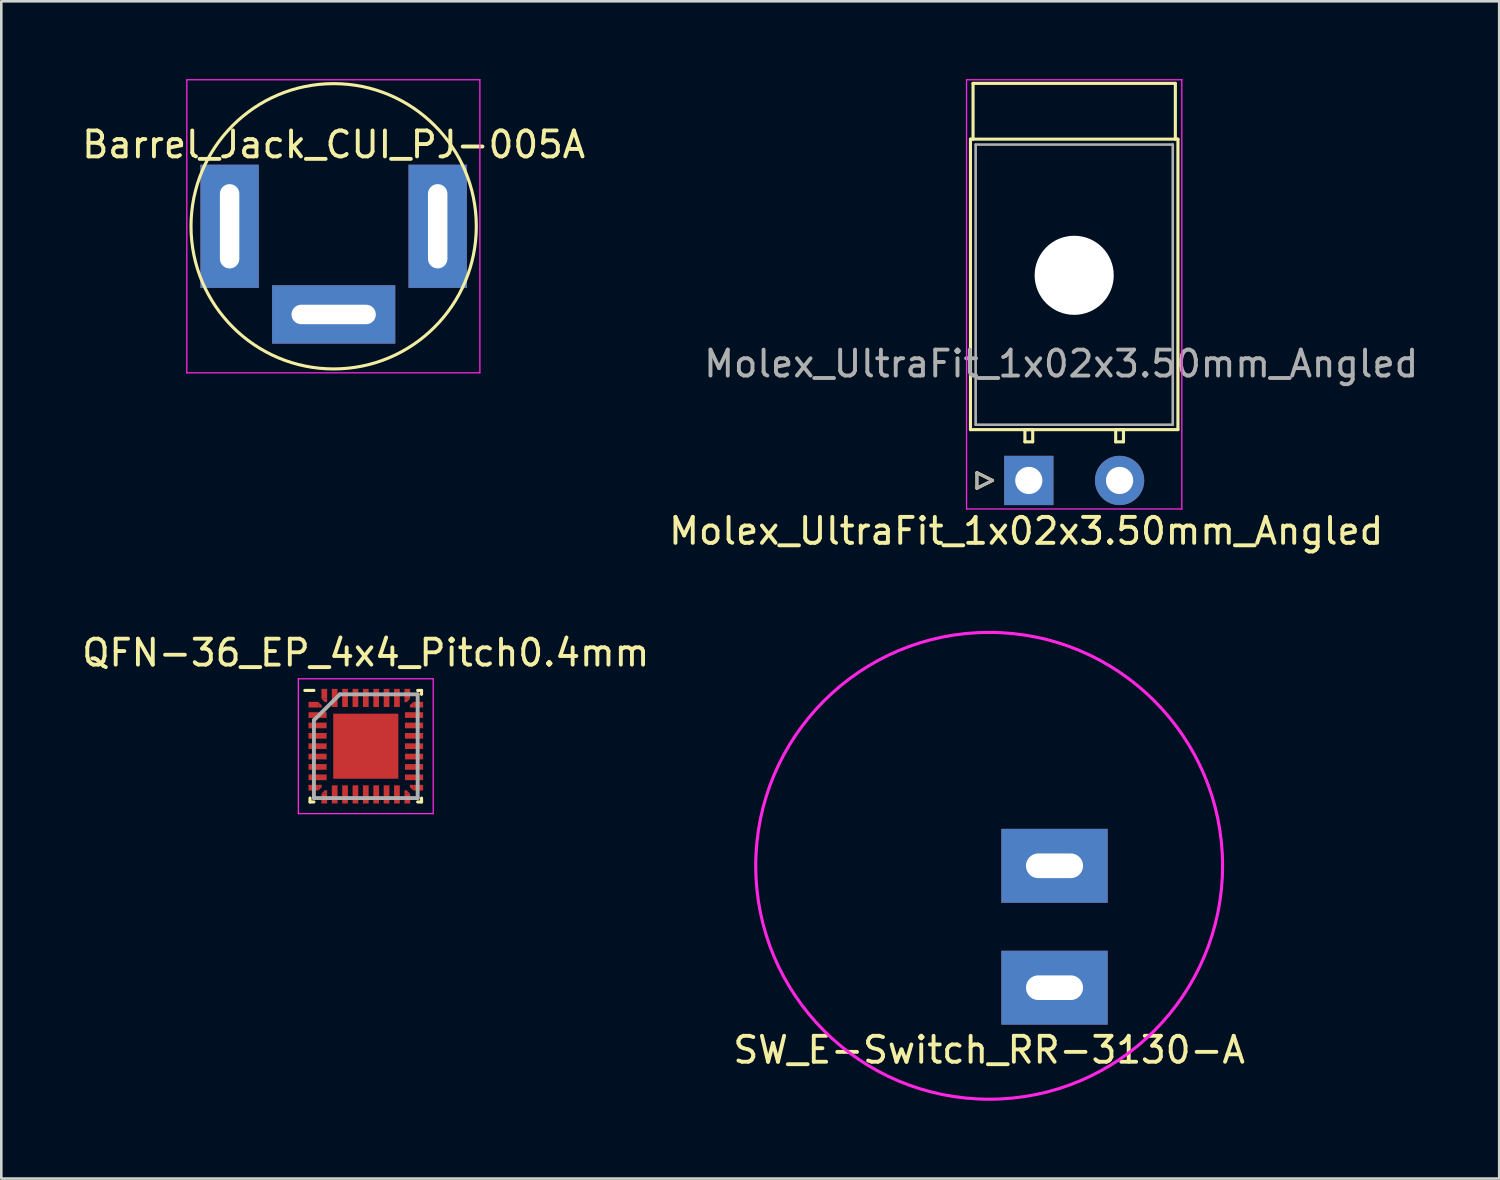
<source format=kicad_pcb>
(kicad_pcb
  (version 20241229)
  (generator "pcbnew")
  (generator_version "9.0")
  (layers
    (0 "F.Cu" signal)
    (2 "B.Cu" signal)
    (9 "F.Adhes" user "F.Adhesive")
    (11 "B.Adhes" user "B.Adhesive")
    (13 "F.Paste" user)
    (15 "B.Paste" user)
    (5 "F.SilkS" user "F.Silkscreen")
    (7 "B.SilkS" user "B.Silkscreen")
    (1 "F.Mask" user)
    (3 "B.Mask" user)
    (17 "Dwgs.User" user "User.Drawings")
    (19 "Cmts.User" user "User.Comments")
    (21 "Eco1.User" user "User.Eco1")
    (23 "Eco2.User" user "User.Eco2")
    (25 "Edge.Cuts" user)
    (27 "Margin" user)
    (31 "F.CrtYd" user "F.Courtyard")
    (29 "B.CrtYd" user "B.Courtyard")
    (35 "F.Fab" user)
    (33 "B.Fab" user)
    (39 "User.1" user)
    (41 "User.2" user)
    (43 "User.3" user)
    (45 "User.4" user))
  (footprint "QFN-36_EP_4x4_Pitch0.4mm"
    (layer "F.Cu")
    (at 11.054 25.721)
    (property "Reference" "QFN-36_EP_4x4_Pitch0.4mm" (at 0 -3.6 0) (layer "F.SilkS") (effects (font (size 1 1) (thickness 0.15))))
    (attr smd)
    (fp_poly (pts (xy -1.7 -1.58) (xy -1.7 -1.49) (xy -1.83 -1.49) (xy -1.83 -1.71)) (stroke (width 0) (type solid)) (fill yes) (layer "F.Cu"))
    (fp_poly (pts (xy -1.7 1.49) (xy -1.7 1.58) (xy -1.83 1.71) (xy -1.83 1.49)) (stroke (width 0) (type solid)) (fill yes) (layer "F.Cu"))
    (fp_poly (pts (xy -1.58 1.7) (xy -1.49 1.7) (xy -1.49 1.83) (xy -1.71 1.83)) (stroke (width 0) (type solid)) (fill yes) (layer "F.Cu"))
    (fp_poly (pts (xy -1.49 -1.7) (xy -1.58 -1.7) (xy -1.71 -1.83) (xy -1.49 -1.83)) (stroke (width 0) (type solid)) (fill yes) (layer "F.Cu"))
    (fp_poly (pts (xy 1.49 1.7) (xy 1.58 1.7) (xy 1.71 1.83) (xy 1.49 1.83)) (stroke (width 0) (type solid)) (fill yes) (layer "F.Cu"))
    (fp_poly (pts (xy 1.58 -1.7) (xy 1.49 -1.7) (xy 1.49 -1.83) (xy 1.71 -1.83)) (stroke (width 0) (type solid)) (fill yes) (layer "F.Cu"))
    (fp_poly (pts (xy 1.7 -1.49) (xy 1.7 -1.58) (xy 1.83 -1.71) (xy 1.83 -1.49)) (stroke (width 0) (type solid)) (fill yes) (layer "F.Cu"))
    (fp_poly (pts (xy 1.7 1.58) (xy 1.7 1.49) (xy 1.83 1.49) (xy 1.83 1.71)) (stroke (width 0) (type solid)) (fill yes) (layer "F.Cu"))
    (fp_poly (pts (xy -1.7 -1.58) (xy -1.7 -1.49) (xy -1.83 -1.49) (xy -1.83 -1.71)) (stroke (width 0) (type solid)) (fill yes) (layer "F.Mask"))
    (fp_poly (pts (xy -1.7 1.49) (xy -1.7 1.58) (xy -1.83 1.71) (xy -1.83 1.49)) (stroke (width 0) (type solid)) (fill yes) (layer "F.Mask"))
    (fp_poly (pts (xy -1.58 1.7) (xy -1.49 1.7) (xy -1.49 1.83) (xy -1.71 1.83)) (stroke (width 0) (type solid)) (fill yes) (layer "F.Mask"))
    (fp_poly (pts (xy -1.49 -1.7) (xy -1.58 -1.7) (xy -1.71 -1.83) (xy -1.49 -1.83)) (stroke (width 0) (type solid)) (fill yes) (layer "F.Mask"))
    (fp_poly (pts (xy 1.49 1.7) (xy 1.58 1.7) (xy 1.71 1.83) (xy 1.49 1.83)) (stroke (width 0) (type solid)) (fill yes) (layer "F.Mask"))
    (fp_poly (pts (xy 1.58 -1.7) (xy 1.49 -1.7) (xy 1.49 -1.83) (xy 1.71 -1.83)) (stroke (width 0) (type solid)) (fill yes) (layer "F.Mask"))
    (fp_poly (pts (xy 1.7 -1.49) (xy 1.7 -1.58) (xy 1.83 -1.71) (xy 1.83 -1.49)) (stroke (width 0) (type solid)) (fill yes) (layer "F.Mask"))
    (fp_poly (pts (xy 1.7 1.58) (xy 1.7 1.49) (xy 1.83 1.49) (xy 1.83 1.71)) (stroke (width 0) (type solid)) (fill yes) (layer "F.Mask"))
    (fp_line (start -2.15 2.15) (end -2.15 2) (stroke (width 0.12) (type solid)) (layer "F.SilkS"))
    (fp_line (start -2 -2.15) (end -2.35 -2.15) (stroke (width 0.12) (type solid)) (layer "F.SilkS"))
    (fp_line (start -2 2.15) (end -2.15 2.15) (stroke (width 0.12) (type solid)) (layer "F.SilkS"))
    (fp_line (start 2 -2.15) (end 2.15 -2.15) (stroke (width 0.12) (type solid)) (layer "F.SilkS"))
    (fp_line (start 2 2.15) (end 2.15 2.15) (stroke (width 0.12) (type solid)) (layer "F.SilkS"))
    (fp_line (start 2.15 -2.15) (end 2.15 -2) (stroke (width 0.12) (type solid)) (layer "F.SilkS"))
    (fp_line (start 2.15 2.15) (end 2.15 2) (stroke (width 0.12) (type solid)) (layer "F.SilkS"))
    (fp_line (start -2.6 -2.6) (end 2.6 -2.6) (stroke (width 0.05) (type solid)) (layer "F.CrtYd"))
    (fp_line (start -2.6 2.6) (end -2.6 -2.6) (stroke (width 0.05) (type solid)) (layer "F.CrtYd"))
    (fp_line (start 2.6 -2.6) (end 2.6 2.6) (stroke (width 0.05) (type solid)) (layer "F.CrtYd"))
    (fp_line (start 2.6 2.6) (end -2.6 2.6) (stroke (width 0.05) (type solid)) (layer "F.CrtYd"))
    (fp_line (start -2 -1) (end -2 2) (stroke (width 0.15) (type solid)) (layer "F.Fab"))
    (fp_line (start -2 2) (end 2 2) (stroke (width 0.15) (type solid)) (layer "F.Fab"))
    (fp_line (start -1 -2) (end -2 -1) (stroke (width 0.15) (type solid)) (layer "F.Fab"))
    (fp_line (start 2 -2) (end -1 -2) (stroke (width 0.15) (type solid)) (layer "F.Fab"))
    (fp_line (start 2 2) (end 2 -2) (stroke (width 0.15) (type solid)) (layer "F.Fab"))
    (pad "1" smd rect (at -2.02 -1.6 90) (size 0.22 0.38) (layers "F.Cu" "F.Mask" "F.Paste"))
    (pad "2" smd rect (at -1.86 -1.2 90) (size 0.22 0.7) (layers "F.Cu" "F.Mask" "F.Paste"))
    (pad "3" smd rect (at -1.86 -0.8 90) (size 0.22 0.7) (layers "F.Cu" "F.Mask" "F.Paste"))
    (pad "4" smd rect (at -1.86 -0.4 90) (size 0.22 0.7) (layers "F.Cu" "F.Mask" "F.Paste"))
    (pad "5" smd rect (at -1.86 0 90) (size 0.22 0.7) (layers "F.Cu" "F.Mask" "F.Paste"))
    (pad "6" smd rect (at -1.86 0.4 90) (size 0.22 0.7) (layers "F.Cu" "F.Mask" "F.Paste"))
    (pad "7" smd rect (at -1.86 0.8 90) (size 0.22 0.7) (layers "F.Cu" "F.Mask" "F.Paste"))
    (pad "8" smd rect (at -1.86 1.2 90) (size 0.22 0.7) (layers "F.Cu" "F.Mask" "F.Paste"))
    (pad "9" smd rect (at -2.02 1.6 90) (size 0.22 0.38) (layers "F.Cu" "F.Mask" "F.Paste"))
    (pad "10" smd rect (at -1.6 2.02) (size 0.22 0.38) (layers "F.Cu" "F.Mask" "F.Paste"))
    (pad "11" smd rect (at -1.2 1.86) (size 0.22 0.7) (layers "F.Cu" "F.Mask" "F.Paste"))
    (pad "12" smd rect (at -0.8 1.86) (size 0.22 0.7) (layers "F.Cu" "F.Mask" "F.Paste"))
    (pad "13" smd rect (at -0.4 1.86) (size 0.22 0.7) (layers "F.Cu" "F.Mask" "F.Paste"))
    (pad "14" smd rect (at 0 1.86) (size 0.22 0.7) (layers "F.Cu" "F.Mask" "F.Paste"))
    (pad "15" smd rect (at 0.4 1.86) (size 0.22 0.7) (layers "F.Cu" "F.Mask" "F.Paste"))
    (pad "16" smd rect (at 0.8 1.86) (size 0.22 0.7) (layers "F.Cu" "F.Mask" "F.Paste"))
    (pad "17" smd rect (at 1.2 1.86) (size 0.22 0.7) (layers "F.Cu" "F.Mask" "F.Paste"))
    (pad "18" smd rect (at 1.6 2.02) (size 0.22 0.38) (layers "F.Cu" "F.Mask" "F.Paste"))
    (pad "19" smd rect (at 2.02 1.6 90) (size 0.22 0.38) (layers "F.Cu" "F.Mask" "F.Paste"))
    (pad "20" smd rect (at 1.86 1.2 90) (size 0.22 0.7) (layers "F.Cu" "F.Mask" "F.Paste"))
    (pad "21" smd rect (at 1.86 0.8 90) (size 0.22 0.7) (layers "F.Cu" "F.Mask" "F.Paste"))
    (pad "22" smd rect (at 1.86 0.4 90) (size 0.22 0.7) (layers "F.Cu" "F.Mask" "F.Paste"))
    (pad "23" smd rect (at 1.86 0 90) (size 0.22 0.7) (layers "F.Cu" "F.Mask" "F.Paste"))
    (pad "24" smd rect (at 1.86 -0.4 90) (size 0.22 0.7) (layers "F.Cu" "F.Mask" "F.Paste"))
    (pad "25" smd rect (at 1.86 -0.8 90) (size 0.22 0.7) (layers "F.Cu" "F.Mask" "F.Paste"))
    (pad "26" smd rect (at 1.86 -1.2 90) (size 0.22 0.7) (layers "F.Cu" "F.Mask" "F.Paste"))
    (pad "27" smd rect (at 2.02 -1.6 90) (size 0.22 0.38) (layers "F.Cu" "F.Mask" "F.Paste"))
    (pad "28" smd rect (at 1.6 -2.02) (size 0.22 0.38) (layers "F.Cu" "F.Mask" "F.Paste"))
    (pad "29" smd rect (at 1.2 -1.86) (size 0.22 0.7) (layers "F.Cu" "F.Mask" "F.Paste"))
    (pad "30" smd rect (at 0.8 -1.86) (size 0.22 0.7) (layers "F.Cu" "F.Mask" "F.Paste"))
    (pad "31" smd rect (at 0.4 -1.86) (size 0.22 0.7) (layers "F.Cu" "F.Mask" "F.Paste"))
    (pad "32" smd rect (at 0 -1.86) (size 0.22 0.7) (layers "F.Cu" "F.Mask" "F.Paste"))
    (pad "33" smd rect (at -0.4 -1.86) (size 0.22 0.7) (layers "F.Cu" "F.Mask" "F.Paste"))
    (pad "34" smd rect (at -0.8 -1.86) (size 0.22 0.7) (layers "F.Cu" "F.Mask" "F.Paste"))
    (pad "35" smd rect (at -1.2 -1.86) (size 0.22 0.7) (layers "F.Cu" "F.Mask" "F.Paste"))
    (pad "36" smd rect (at -1.6 -2.02) (size 0.22 0.38) (layers "F.Cu" "F.Mask" "F.Paste"))
    (pad "37" smd rect (at 0 0) (size 2.51 2.51) (layers "F.Cu" "F.Mask" "F.Paste")))
  (footprint "SW_E-Switch_RR-3130-A"
    (layer "F.Cu")
    (at 37.609 35.033)
    (property "Reference" "SW_E-Switch_RR-3130-A" (at -2.52 2.4 0) (layer "F.SilkS") (effects (font (size 1 1) (thickness 0.15))))
    (attr through_hole)
    (fp_circle (center -2.52 -4.7) (end 6.48 -4.7) (stroke (width 0.12) (type solid)) (fill no) (layer "F.CrtYd"))
    (pad "1" thru_hole rect (at 0 0 90) (size 2.85 4.1) (drill oval 0.95 2.2) (layers "*.Cu" "*.Mask"))
    (pad "2" thru_hole rect (at 0 -4.7 90) (size 2.85 4.1) (drill oval 0.95 2.2) (layers "*.Cu" "*.Mask")))
  (footprint "Molex_UltraFit_1x02x3.50mm_Angled"
    (layer "F.Cu")
    (at 36.618 15.475)
    (property "Reference" "Molex_UltraFit_1x02x3.50mm_Angled" (at -0.1 1.95 0) (layer "F.SilkS") (effects (font (size 1 1) (thickness 0.15))))
    (attr through_hole)
    (fp_line (start -2.25 -13.16) (end -2.25 -1.96) (stroke (width 0.12) (type solid)) (layer "F.SilkS"))
    (fp_line (start -2.25 -1.96) (end 5.75 -1.96) (stroke (width 0.12) (type solid)) (layer "F.SilkS"))
    (fp_line (start -2.15 -15.31) (end 5.65 -15.31) (stroke (width 0.12) (type solid)) (layer "F.SilkS"))
    (fp_line (start -2.15 -13.16) (end -2.15 -15.31) (stroke (width 0.12) (type solid)) (layer "F.SilkS"))
    (fp_line (start -2 -0.3) (end -1.4 0) (stroke (width 0.12) (type solid)) (layer "F.SilkS"))
    (fp_line (start -2 0.3) (end -2 -0.3) (stroke (width 0.12) (type solid)) (layer "F.SilkS"))
    (fp_line (start -1.4 0) (end -2 0.3) (stroke (width 0.12) (type solid)) (layer "F.SilkS"))
    (fp_line (start -0.15 -1.96) (end -0.15 -1.49) (stroke (width 0.12) (type solid)) (layer "F.SilkS"))
    (fp_line (start -0.15 -1.49) (end 0.15 -1.49) (stroke (width 0.12) (type solid)) (layer "F.SilkS"))
    (fp_line (start 0.15 -1.96) (end -0.15 -1.96) (stroke (width 0.12) (type solid)) (layer "F.SilkS"))
    (fp_line (start 0.15 -1.49) (end 0.15 -1.96) (stroke (width 0.12) (type solid)) (layer "F.SilkS"))
    (fp_line (start 3.35 -1.96) (end 3.35 -1.49) (stroke (width 0.12) (type solid)) (layer "F.SilkS"))
    (fp_line (start 3.35 -1.49) (end 3.65 -1.49) (stroke (width 0.12) (type solid)) (layer "F.SilkS"))
    (fp_line (start 3.65 -1.96) (end 3.35 -1.96) (stroke (width 0.12) (type solid)) (layer "F.SilkS"))
    (fp_line (start 3.65 -1.49) (end 3.65 -1.96) (stroke (width 0.12) (type solid)) (layer "F.SilkS"))
    (fp_line (start 5.65 -15.31) (end 5.65 -13.16) (stroke (width 0.12) (type solid)) (layer "F.SilkS"))
    (fp_line (start 5.75 -13.16) (end -2.25 -13.16) (stroke (width 0.12) (type solid)) (layer "F.SilkS"))
    (fp_line (start 5.75 -1.96) (end 5.75 -13.16) (stroke (width 0.12) (type solid)) (layer "F.SilkS"))
    (fp_line (start -2.4 -15.45) (end -2.4 1.1) (stroke (width 0.05) (type solid)) (layer "F.CrtYd"))
    (fp_line (start -2.4 1.1) (end 5.9 1.1) (stroke (width 0.05) (type solid)) (layer "F.CrtYd"))
    (fp_line (start 5.9 -15.45) (end -2.4 -15.45) (stroke (width 0.05) (type solid)) (layer "F.CrtYd"))
    (fp_line (start 5.9 1.1) (end 5.9 -15.45) (stroke (width 0.05) (type solid)) (layer "F.CrtYd"))
    (fp_line (start -2.05 -12.95) (end -2.05 -2.15) (stroke (width 0.1) (type solid)) (layer "F.Fab"))
    (fp_line (start -2.05 -2.15) (end 5.55 -2.15) (stroke (width 0.1) (type solid)) (layer "F.Fab"))
    (fp_line (start -2 -0.3) (end -1.4 0) (stroke (width 0.1) (type solid)) (layer "F.Fab"))
    (fp_line (start -2 0.3) (end -2 -0.3) (stroke (width 0.1) (type solid)) (layer "F.Fab"))
    (fp_line (start -1.4 0) (end -2 0.3) (stroke (width 0.1) (type solid)) (layer "F.Fab"))
    (fp_line (start 5.55 -12.95) (end -2.05 -12.95) (stroke (width 0.1) (type solid)) (layer "F.Fab"))
    (fp_line (start 5.55 -2.15) (end 5.55 -12.95) (stroke (width 0.1) (type solid)) (layer "F.Fab"))
    (fp_text user "${REFERENCE}" (at 1.25 -4.5 0) (layer "F.Fab") (effects (font (size 1 1) (thickness 0.15))))
    (pad "" np_thru_hole circle (at 1.75 -7.91) (size 3.05 3.05) (drill 3.05) (layers "*.Cu" "*.Mask"))
    (pad "1" thru_hole rect (at 0 0) (size 1.9 1.9) (drill 1.05) (layers "*.Cu" "*.Mask"))
    (pad "2" thru_hole circle (at 3.5 0) (size 1.9 1.9) (drill 1.05) (layers "*.Cu" "*.Mask")))
  (footprint "Barrel_Jack_CUI_PJ-005A"
    (layer "F.Cu")
    (at 5.803 5.675)
    (property "Reference" "Barrel_Jack_CUI_PJ-005A" (at 4.012 -3.15 0) (layer "F.SilkS") (effects (font (size 1 1) (thickness 0.15))))
    (attr through_hole)
    (fp_circle (center 4.012 0) (end 9.512 0) (stroke (width 0.12) (type solid)) (fill no) (layer "F.SilkS"))
    (fp_line (start -1.65 -5.65) (end -1.65 5.65) (stroke (width 0.05) (type solid)) (layer "F.CrtYd"))
    (fp_line (start -1.65 -5.65) (end 9.65 -5.65) (stroke (width 0.05) (type solid)) (layer "F.CrtYd"))
    (fp_line (start 9.65 -5.65) (end 9.65 5.65) (stroke (width 0.05) (type solid)) (layer "F.CrtYd"))
    (fp_line (start 9.65 5.65) (end -1.65 5.65) (stroke (width 0.05) (type solid)) (layer "F.CrtYd"))
    (pad "1" thru_hole rect (at 0 0) (size 2.25 4.75) (drill oval 0.75 3.25) (layers "*.Cu" "*.Mask"))
    (pad "2" thru_hole rect (at 4.012 3.4 90) (size 2.25 4.75) (drill oval 0.75 3.25) (layers "*.Cu" "*.Mask"))
    (pad "3" thru_hole rect (at 8.023 0) (size 2.25 4.75) (drill oval 0.75 3.25) (layers "*.Cu" "*.Mask")))
  (gr_rect
    (start -3 -3)
    (end 54.755 42.393)
    (stroke (width 0.1) (type default))
    (fill no)
    (layer "Edge.Cuts")))
</source>
